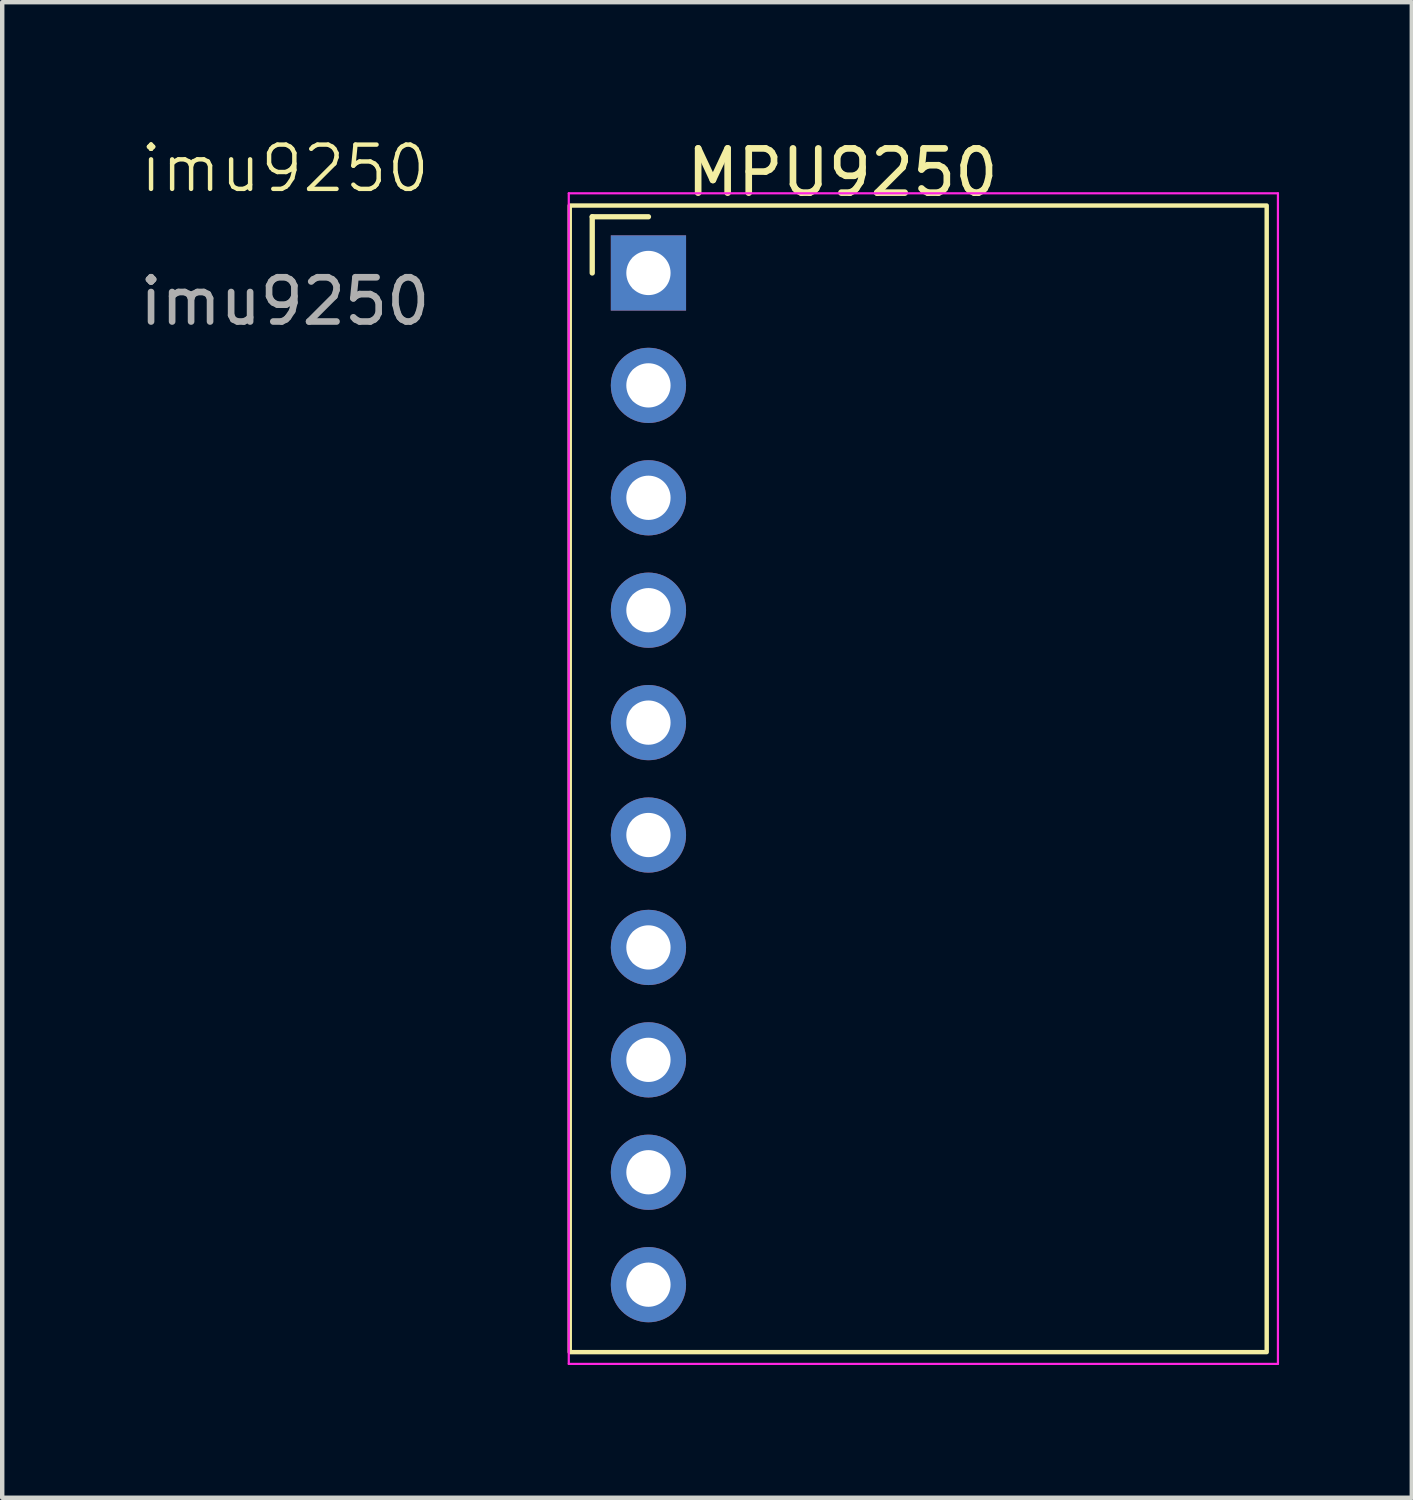
<source format=kicad_pcb>
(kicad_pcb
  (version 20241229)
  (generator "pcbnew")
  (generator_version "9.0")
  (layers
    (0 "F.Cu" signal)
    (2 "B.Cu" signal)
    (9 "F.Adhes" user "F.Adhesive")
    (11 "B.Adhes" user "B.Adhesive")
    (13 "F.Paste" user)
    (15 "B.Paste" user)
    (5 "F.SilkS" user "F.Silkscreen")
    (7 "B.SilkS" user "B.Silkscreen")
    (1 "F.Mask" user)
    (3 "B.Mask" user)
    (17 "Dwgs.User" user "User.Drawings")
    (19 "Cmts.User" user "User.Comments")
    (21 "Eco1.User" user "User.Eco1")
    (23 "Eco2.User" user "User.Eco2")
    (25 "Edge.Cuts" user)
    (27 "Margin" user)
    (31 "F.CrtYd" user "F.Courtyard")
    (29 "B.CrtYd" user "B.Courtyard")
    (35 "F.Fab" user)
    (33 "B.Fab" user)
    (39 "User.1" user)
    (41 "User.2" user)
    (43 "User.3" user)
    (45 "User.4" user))
  (footprint "imu9250"
    (layer "F.Cu")
    (at 3.387 1.26)
    (property "Reference" "imu9250" (at 0 -0.5 0) (unlocked yes) (layer "F.SilkS") (effects (font (size 1 1) (thickness 0.1))))
    (attr through_hole)
    (fp_text user "${REFERENCE}" (at 0 2.5 0) (unlocked yes) (layer "F.Fab") (effects (font (size 1 1) (thickness 0.15)))))
  (footprint "MPU9250"
    (layer "F.Cu")
    (at 11.602 3.118)
    (property "Reference" "MPU9250" (at 4.385 -2.27 0) (layer "F.SilkS") (effects (font (size 1 1) (thickness 0.15))))
    (attr through_hole)
    (fp_line (start -1.27 -1.27) (end 0 -1.27) (stroke (width 0.12) (type solid)) (layer "F.SilkS"))
    (fp_line (start -1.27 0) (end -1.27 -1.27) (stroke (width 0.12) (type solid)) (layer "F.SilkS"))
    (fp_rect (start -1.778 -1.524) (end 13.97 24.384) (stroke (width 0.1) (type default)) (fill no) (layer "F.SilkS"))
    (fp_line (start -1.8 -1.8) (end -1.8 24.65) (stroke (width 0.05) (type solid)) (layer "F.CrtYd"))
    (fp_line (start -1.8 24.65) (end 14.224 24.65) (stroke (width 0.05) (type solid)) (layer "F.CrtYd"))
    (fp_line (start 14.224 -1.8) (end -1.8 -1.8) (stroke (width 0.05) (type solid)) (layer "F.CrtYd"))
    (fp_line (start 14.224 24.65) (end 14.224 -1.8) (stroke (width 0.05) (type solid)) (layer "F.CrtYd"))
    (fp_line (start -0.32 -0.32) (end -0.32 0.32) (stroke (width 0.1) (type solid)) (layer "F.Fab"))
    (fp_line (start -0.32 2.22) (end -0.32 2.86) (stroke (width 0.1) (type solid)) (layer "F.Fab"))
    (fp_line (start -0.32 4.76) (end -0.32 5.4) (stroke (width 0.1) (type solid)) (layer "F.Fab"))
    (fp_line (start -0.32 7.3) (end -0.32 7.94) (stroke (width 0.1) (type solid)) (layer "F.Fab"))
    (fp_line (start -0.32 9.84) (end -0.32 10.48) (stroke (width 0.1) (type solid)) (layer "F.Fab"))
    (fp_line (start -0.32 12.38) (end -0.32 13.02) (stroke (width 0.1) (type solid)) (layer "F.Fab"))
    (fp_line (start -0.32 14.92) (end -0.32 15.56) (stroke (width 0.1) (type solid)) (layer "F.Fab"))
    (fp_line (start -0.32 17.46) (end -0.32 18.1) (stroke (width 0.1) (type solid)) (layer "F.Fab"))
    (fp_line (start -0.32 20) (end -0.32 20.64) (stroke (width 0.1) (type solid)) (layer "F.Fab"))
    (fp_line (start -0.32 22.54) (end -0.32 23.18) (stroke (width 0.1) (type solid)) (layer "F.Fab"))
    (pad "1" thru_hole rect (at 0 0) (size 1.7 1.7) (drill 1) (layers "*.Cu" "*.Mask"))
    (pad "2" thru_hole oval (at 0 2.54) (size 1.7 1.7) (drill 1) (layers "*.Cu" "*.Mask"))
    (pad "3" thru_hole oval (at 0 5.08) (size 1.7 1.7) (drill 1) (layers "*.Cu" "*.Mask"))
    (pad "4" thru_hole oval (at 0 7.62) (size 1.7 1.7) (drill 1) (layers "*.Cu" "*.Mask"))
    (pad "5" thru_hole oval (at 0 10.16) (size 1.7 1.7) (drill 1) (layers "*.Cu" "*.Mask"))
    (pad "6" thru_hole oval (at 0 12.7) (size 1.7 1.7) (drill 1) (layers "*.Cu" "*.Mask"))
    (pad "7" thru_hole oval (at 0 15.24) (size 1.7 1.7) (drill 1) (layers "*.Cu" "*.Mask"))
    (pad "8" thru_hole oval (at 0 17.78) (size 1.7 1.7) (drill 1) (layers "*.Cu" "*.Mask"))
    (pad "9" thru_hole oval (at 0 20.32) (size 1.7 1.7) (drill 1) (layers "*.Cu" "*.Mask"))
    (pad "10" thru_hole oval (at 0 22.86) (size 1.7 1.7) (drill 1) (layers "*.Cu" "*.Mask")))
  (gr_rect
    (start -3 -3)
    (end 28.851 30.793)
    (stroke (width 0.1) (type default))
    (fill no)
    (layer "Edge.Cuts")))
</source>
